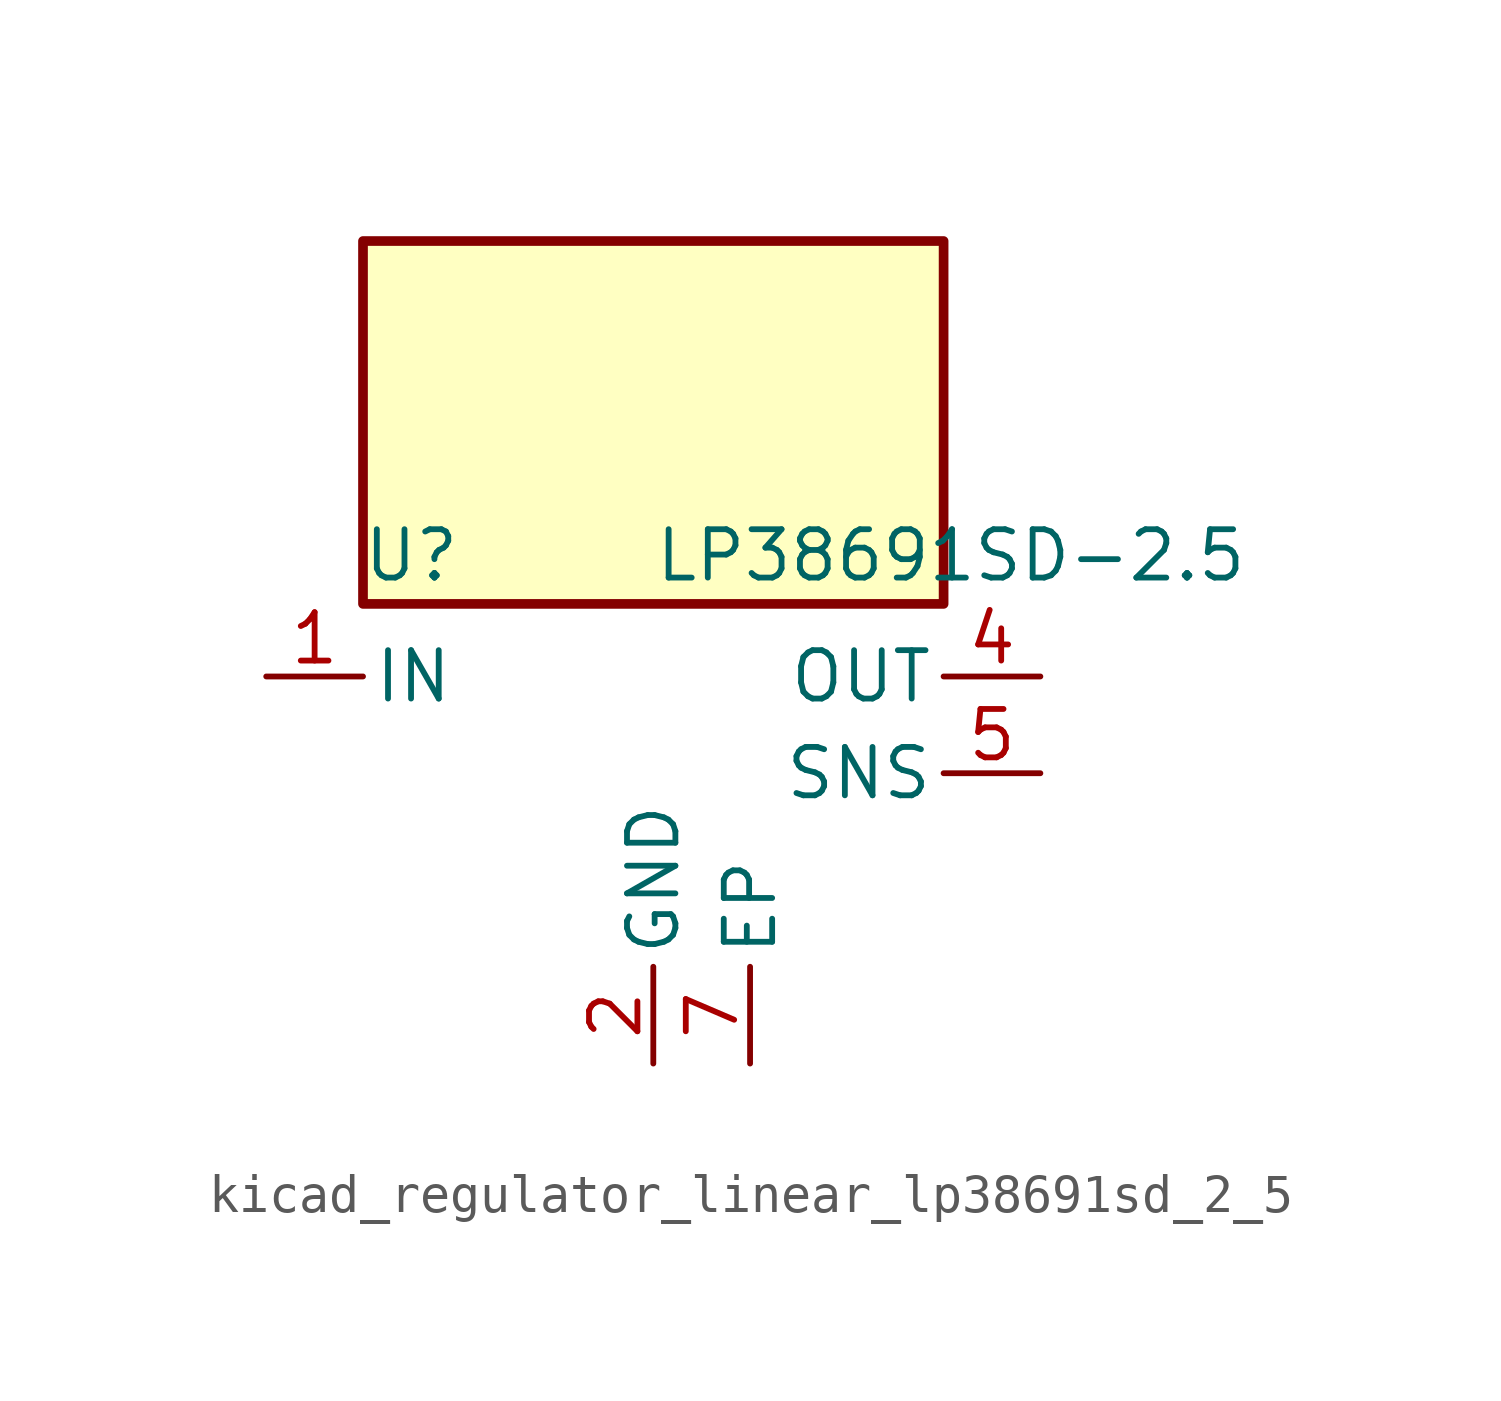
<source format=kicad_sym>
(kicad_symbol_lib
  (version 20220914)
  (generator kicad_symbol_editor)
  (symbol "kicad_regulator_linear_lp38691sd_2_5"
    (pin_names
      (offset 0.254))
    (property "Reference" "U"
      (at -6.35 5.715 0)
      (effects (font (size 1.27 1.27))))
    (property "Value" "LP38691SD-2.5"
      (at 0 5.715 0)
      (effects (font (size 1.27 1.27)) (justify left)))
    (symbol "kicad_regulator_linear_lp38691sd_2_5_0_1"
      (rectangle (start 7.62 13.97) (end -7.62 4.445) (stroke (width 0.254) (type default)) (fill (type background))))
    (symbol "kicad_regulator_linear_lp38691sd_2_5_1_1"
      (pin power_in line (at -10.16 2.54 0) (length 2.54) (name "IN" (effects (font (size 1.27 1.27)))) (number "1" (effects (font (size 1.27 1.27)))))
      (pin power_in line (at 0 -7.62 90) (length 2.54) (name "GND" (effects (font (size 1.27 1.27)))) (number "2" (effects (font (size 1.27 1.27)))))
      (pin no_connect line (at -7.62 0 0) (length 2.54) hide (name "NC" (effects (font (size 1.27 1.27)))) (number "3" (effects (font (size 1.27 1.27)))))
      (pin power_out line (at 10.16 2.54 180) (length 2.54) (name "OUT" (effects (font (size 1.27 1.27)))) (number "4" (effects (font (size 1.27 1.27)))))
      (pin input line (at 10.16 0 180) (length 2.54) (name "SNS" (effects (font (size 1.27 1.27)))) (number "5" (effects (font (size 1.27 1.27)))))
      (pin passive line (at -10.16 2.54 0) (length 2.54) hide (name "IN" (effects (font (size 1.27 1.27)))) (number "6" (effects (font (size 1.27 1.27)))))
      (pin passive line (at 2.54 -7.62 90) (length 2.54) (name "EP" (effects (font (size 1.27 1.27)))) (number "7" (effects (font (size 1.27 1.27))))))))
</source>
